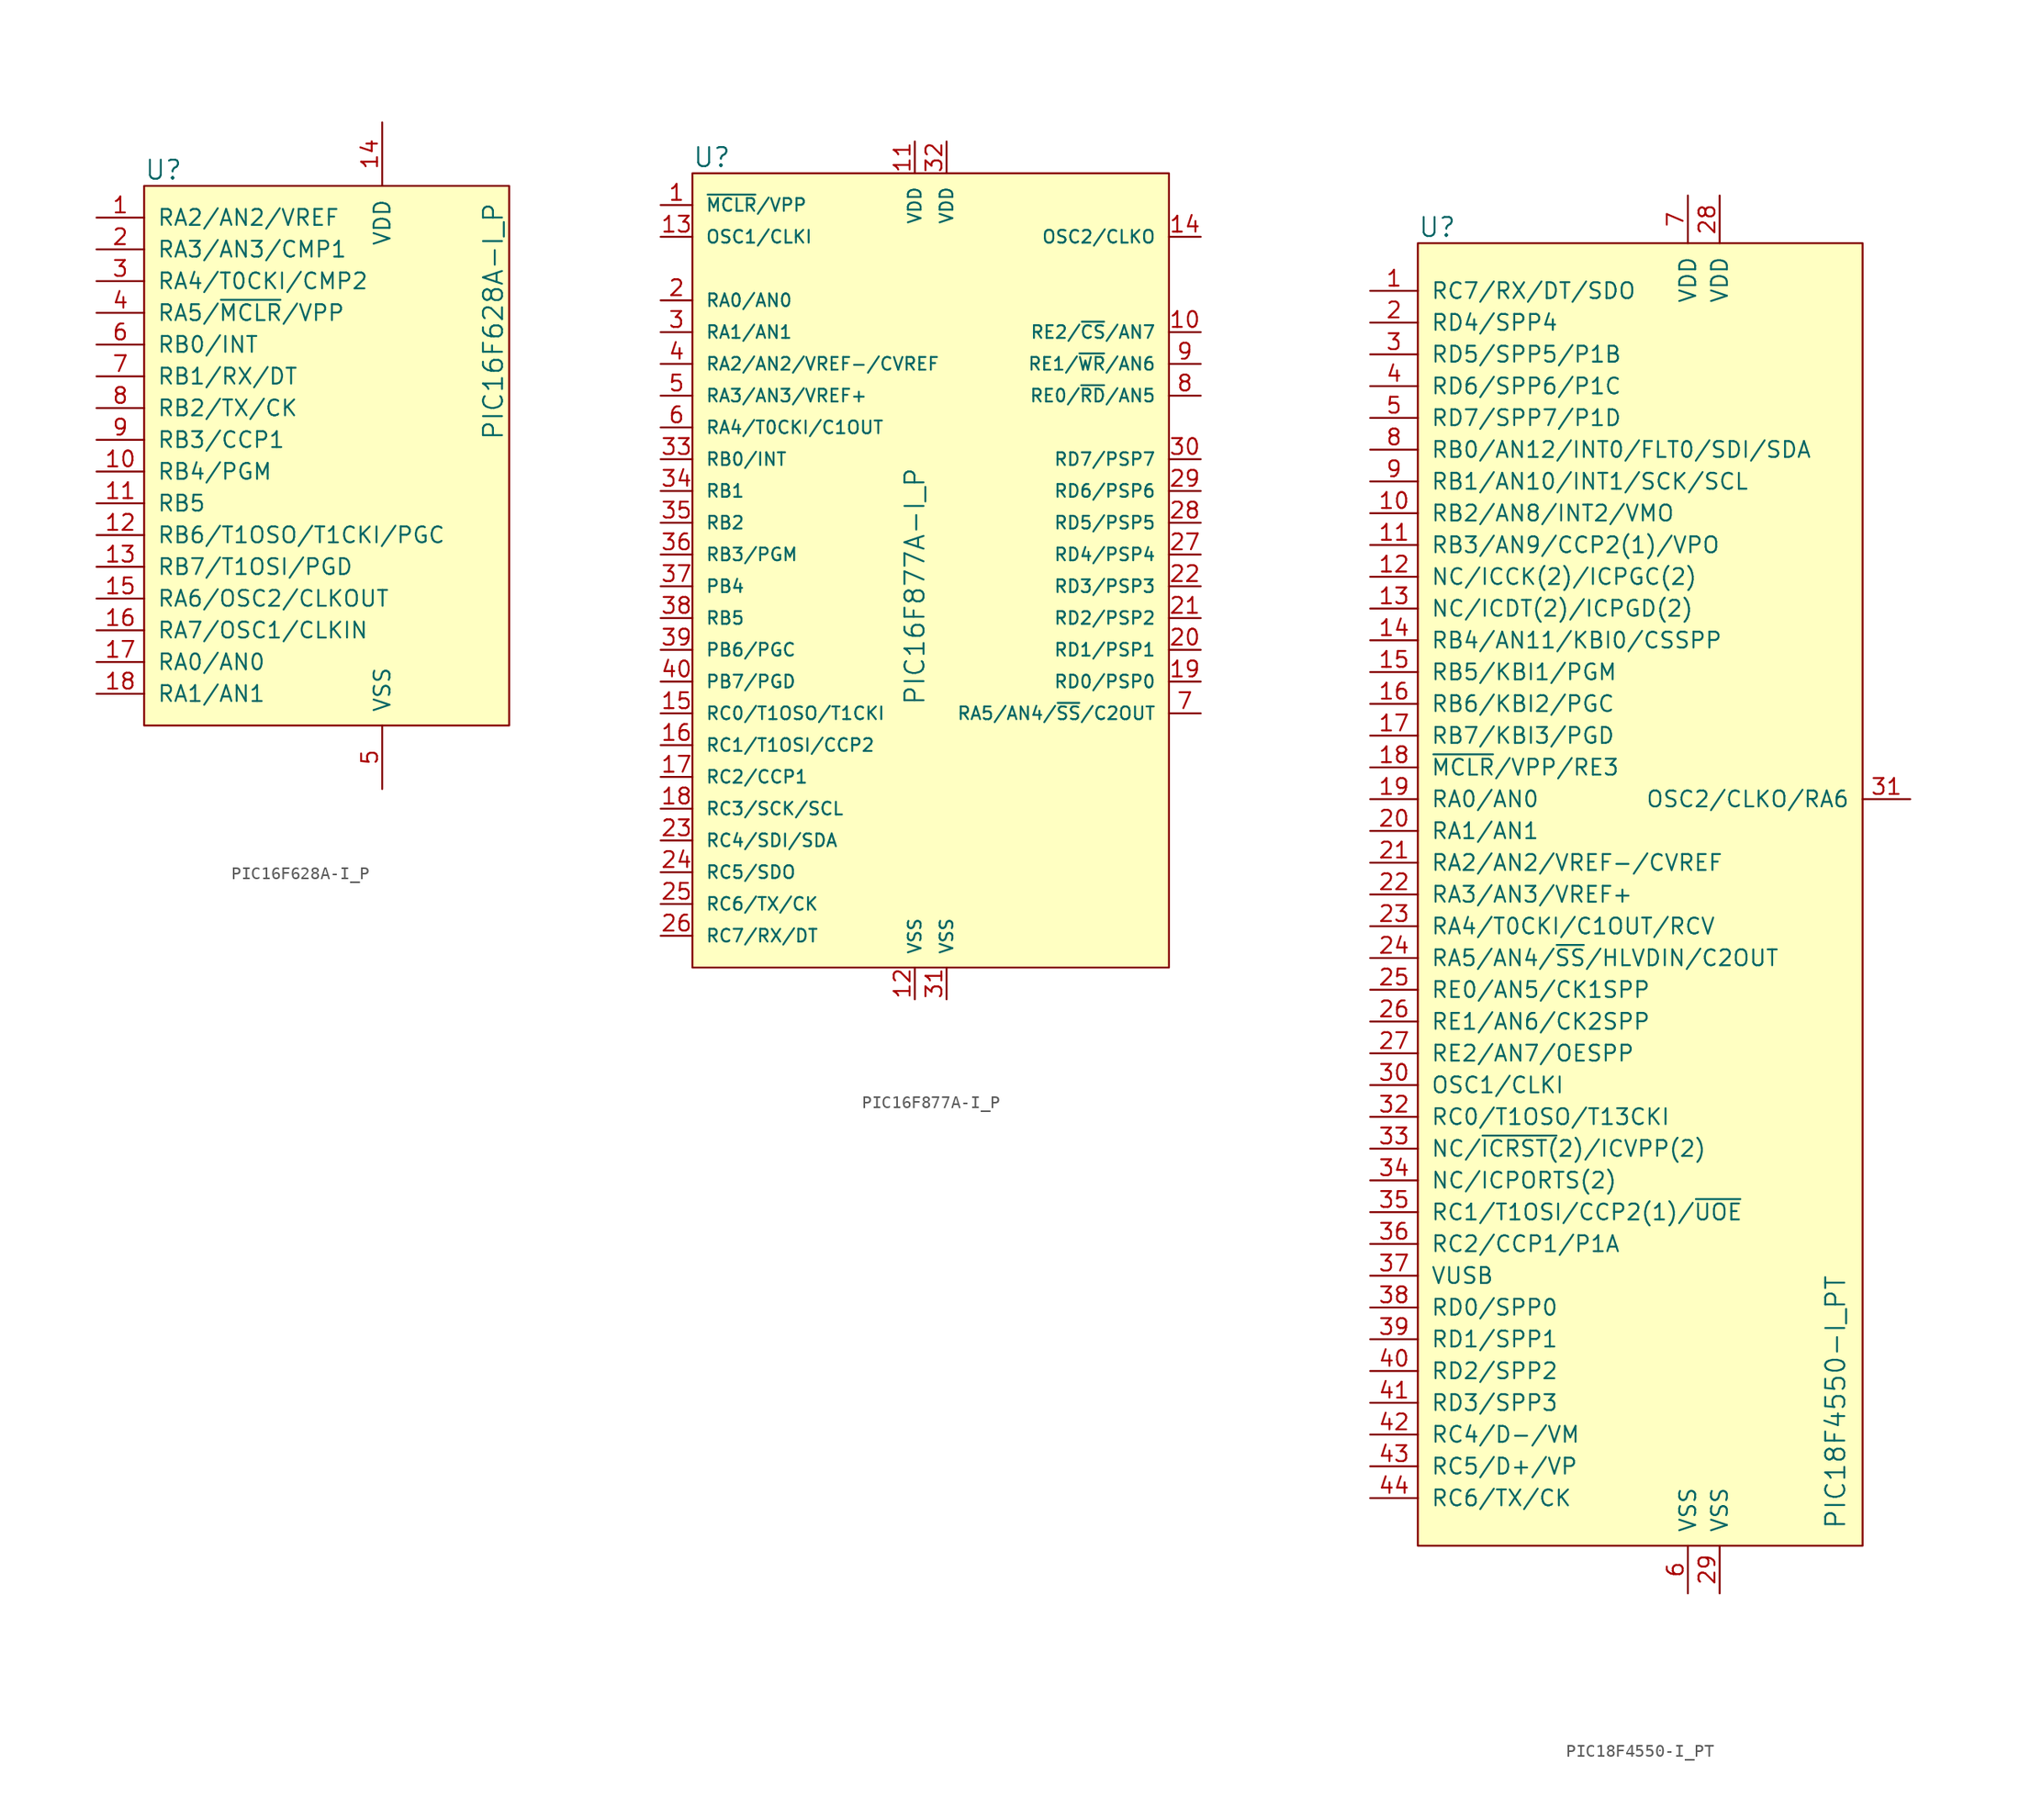
<source format=kicad_sym>
(kicad_symbol_lib
  (version 20201005)
  (generator kicad_symbol_editor)
  (symbol "PIC16F628A-I_P"
    (pin_names
      (offset 1.016))
    (property "Reference" "U"
      (at -13.97 21.59 0)
      (effects (font (size 1.524 1.524)) (justify left)))
    (property "Value" "PIC16F628A-I_P"
      (at 13.97 19.05 90)
      (effects (font (size 1.524 1.524)) (justify right)))
    (symbol "PIC16F628A-I_P_0_1"
      (rectangle (start -13.97 20.32) (end 15.24 -22.86) (stroke (width 0)) (fill (type background))))
    (symbol "PIC16F628A-I_P_1_1"
      (pin bidirectional line (at -17.78 17.78 0) (length 3.81) (name "RA2/AN2/VREF" (effects (font (size 1.27 1.27)))) (number "1" (effects (font (size 1.27 1.27)))))
      (pin bidirectional line (at -17.78 15.24 0) (length 3.81) (name "RA3/AN3/CMP1" (effects (font (size 1.27 1.27)))) (number "2" (effects (font (size 1.27 1.27)))))
      (pin bidirectional line (at -17.78 12.7 0) (length 3.81) (name "RA4/T0CKI/CMP2" (effects (font (size 1.27 1.27)))) (number "3" (effects (font (size 1.27 1.27)))))
      (pin bidirectional line (at -17.78 10.16 0) (length 3.81) (name "RA5/~MCLR~/VPP" (effects (font (size 1.27 1.27)))) (number "4" (effects (font (size 1.27 1.27)))))
      (pin power_in line (at 5.08 -27.94 90) (length 5.08) (name "VSS" (effects (font (size 1.27 1.27)))) (number "5" (effects (font (size 1.27 1.27)))))
      (pin bidirectional line (at -17.78 7.62 0) (length 3.81) (name "RB0/INT" (effects (font (size 1.27 1.27)))) (number "6" (effects (font (size 1.27 1.27)))))
      (pin bidirectional line (at -17.78 5.08 0) (length 3.81) (name "RB1/RX/DT" (effects (font (size 1.27 1.27)))) (number "7" (effects (font (size 1.27 1.27)))))
      (pin bidirectional line (at -17.78 2.54 0) (length 3.81) (name "RB2/TX/CK" (effects (font (size 1.27 1.27)))) (number "8" (effects (font (size 1.27 1.27)))))
      (pin bidirectional line (at -17.78 0 0) (length 3.81) (name "RB3/CCP1" (effects (font (size 1.27 1.27)))) (number "9" (effects (font (size 1.27 1.27)))))
      (pin bidirectional line (at -17.78 -2.54 0) (length 3.81) (name "RB4/PGM" (effects (font (size 1.27 1.27)))) (number "10" (effects (font (size 1.27 1.27)))))
      (pin bidirectional line (at -17.78 -5.08 0) (length 3.81) (name "RB5" (effects (font (size 1.27 1.27)))) (number "11" (effects (font (size 1.27 1.27)))))
      (pin bidirectional line (at -17.78 -7.62 0) (length 3.81) (name "RB6/T1OSO/T1CKI/PGC" (effects (font (size 1.27 1.27)))) (number "12" (effects (font (size 1.27 1.27)))))
      (pin bidirectional line (at -17.78 -10.16 0) (length 3.81) (name "RB7/T1OSI/PGD" (effects (font (size 1.27 1.27)))) (number "13" (effects (font (size 1.27 1.27)))))
      (pin power_in line (at 5.08 25.4 270) (length 5.08) (name "VDD" (effects (font (size 1.27 1.27)))) (number "14" (effects (font (size 1.27 1.27)))))
      (pin bidirectional line (at -17.78 -12.7 0) (length 3.81) (name "RA6/OSC2/CLKOUT" (effects (font (size 1.27 1.27)))) (number "15" (effects (font (size 1.27 1.27)))))
      (pin bidirectional line (at -17.78 -15.24 0) (length 3.81) (name "RA7/OSC1/CLKIN" (effects (font (size 1.27 1.27)))) (number "16" (effects (font (size 1.27 1.27)))))
      (pin bidirectional line (at -17.78 -17.78 0) (length 3.81) (name "RA0/AN0" (effects (font (size 1.27 1.27)))) (number "17" (effects (font (size 1.27 1.27)))))
      (pin bidirectional line (at -17.78 -20.32 0) (length 3.81) (name "RA1/AN1" (effects (font (size 1.27 1.27)))) (number "18" (effects (font (size 1.27 1.27)))))))
  (symbol "PIC16F877A-I_P"
    (pin_names
      (offset 1.016))
    (property "Reference" "U"
      (at -17.78 34.29 0)
      (effects (font (size 1.524 1.524)) (justify left)))
    (property "Value" "PIC16F877A-I_P"
      (at 0 0 90)
      (effects (font (size 1.524 1.524))))
    (symbol "PIC16F877A-I_P_0_1"
      (rectangle (start -17.78 33.02) (end 20.32 -30.48) (stroke (width 0)) (fill (type background))))
    (symbol "PIC16F877A-I_P_1_1"
      (pin input line (at -20.32 30.48 0) (length 2.54) (name "~MCLR~/VPP" (effects (font (size 1.016 1.016)))) (number "1" (effects (font (size 1.27 1.27)))))
      (pin bidirectional line (at -20.32 22.86 0) (length 2.54) (name "RA0/AN0" (effects (font (size 1.016 1.016)))) (number "2" (effects (font (size 1.27 1.27)))))
      (pin bidirectional line (at -20.32 20.32 0) (length 2.54) (name "RA1/AN1" (effects (font (size 1.016 1.016)))) (number "3" (effects (font (size 1.27 1.27)))))
      (pin bidirectional line (at -20.32 17.78 0) (length 2.54) (name "RA2/AN2/VREF-/CVREF" (effects (font (size 1.016 1.016)))) (number "4" (effects (font (size 1.27 1.27)))))
      (pin bidirectional line (at -20.32 15.24 0) (length 2.54) (name "RA3/AN3/VREF+" (effects (font (size 1.016 1.016)))) (number "5" (effects (font (size 1.27 1.27)))))
      (pin bidirectional line (at -20.32 12.7 0) (length 2.54) (name "RA4/T0CKI/C1OUT" (effects (font (size 1.016 1.016)))) (number "6" (effects (font (size 1.27 1.27)))))
      (pin bidirectional line (at 22.86 -10.16 180) (length 2.54) (name "RA5/AN4/~SS~/C2OUT" (effects (font (size 1.016 1.016)))) (number "7" (effects (font (size 1.27 1.27)))))
      (pin bidirectional line (at 22.86 15.24 180) (length 2.54) (name "RE0/~RD~/AN5" (effects (font (size 1.016 1.016)))) (number "8" (effects (font (size 1.27 1.27)))))
      (pin bidirectional line (at 22.86 17.78 180) (length 2.54) (name "RE1/~WR~/AN6" (effects (font (size 1.016 1.016)))) (number "9" (effects (font (size 1.27 1.27)))))
      (pin bidirectional line (at 22.86 20.32 180) (length 2.54) (name "RE2/~CS~/AN7" (effects (font (size 1.016 1.016)))) (number "10" (effects (font (size 1.27 1.27)))))
      (pin bidirectional line (at 22.86 -5.08 180) (length 2.54) (name "RD1/PSP1" (effects (font (size 1.016 1.016)))) (number "20" (effects (font (size 1.27 1.27)))))
      (pin bidirectional line (at 22.86 10.16 180) (length 2.54) (name "RD7/PSP7" (effects (font (size 1.016 1.016)))) (number "30" (effects (font (size 1.27 1.27)))))
      (pin bidirectional line (at -20.32 -7.62 0) (length 2.54) (name "PB7/PGD" (effects (font (size 1.016 1.016)))) (number "40" (effects (font (size 1.27 1.27)))))
      (pin power_in line (at 0 35.56 270) (length 2.54) (name "VDD" (effects (font (size 1.016 1.016)))) (number "11" (effects (font (size 1.27 1.27)))))
      (pin bidirectional line (at 22.86 -2.54 180) (length 2.54) (name "RD2/PSP2" (effects (font (size 1.016 1.016)))) (number "21" (effects (font (size 1.27 1.27)))))
      (pin power_in line (at 2.54 -33.02 90) (length 2.54) (name "VSS" (effects (font (size 1.016 1.016)))) (number "31" (effects (font (size 1.27 1.27)))))
      (pin power_in line (at 0 -33.02 90) (length 2.54) (name "VSS" (effects (font (size 1.016 1.016)))) (number "12" (effects (font (size 1.27 1.27)))))
      (pin bidirectional line (at 22.86 0 180) (length 2.54) (name "RD3/PSP3" (effects (font (size 1.016 1.016)))) (number "22" (effects (font (size 1.27 1.27)))))
      (pin power_in line (at 2.54 35.56 270) (length 2.54) (name "VDD" (effects (font (size 1.016 1.016)))) (number "32" (effects (font (size 1.27 1.27)))))
      (pin input line (at -20.32 27.94 0) (length 2.54) (name "OSC1/CLKI" (effects (font (size 1.016 1.016)))) (number "13" (effects (font (size 1.27 1.27)))))
      (pin bidirectional line (at -20.32 -20.32 0) (length 2.54) (name "RC4/SDI/SDA" (effects (font (size 1.016 1.016)))) (number "23" (effects (font (size 1.27 1.27)))))
      (pin bidirectional line (at -20.32 10.16 0) (length 2.54) (name "RB0/INT" (effects (font (size 1.016 1.016)))) (number "33" (effects (font (size 1.27 1.27)))))
      (pin output line (at 22.86 27.94 180) (length 2.54) (name "OSC2/CLKO" (effects (font (size 1.016 1.016)))) (number "14" (effects (font (size 1.27 1.27)))))
      (pin bidirectional line (at -20.32 -22.86 0) (length 2.54) (name "RC5/SDO" (effects (font (size 1.016 1.016)))) (number "24" (effects (font (size 1.27 1.27)))))
      (pin bidirectional line (at -20.32 7.62 0) (length 2.54) (name "RB1" (effects (font (size 1.016 1.016)))) (number "34" (effects (font (size 1.27 1.27)))))
      (pin bidirectional line (at -20.32 -10.16 0) (length 2.54) (name "RC0/T1OSO/T1CKI" (effects (font (size 1.016 1.016)))) (number "15" (effects (font (size 1.27 1.27)))))
      (pin bidirectional line (at -20.32 -25.4 0) (length 2.54) (name "RC6/TX/CK" (effects (font (size 1.016 1.016)))) (number "25" (effects (font (size 1.27 1.27)))))
      (pin bidirectional line (at -20.32 5.08 0) (length 2.54) (name "RB2" (effects (font (size 1.016 1.016)))) (number "35" (effects (font (size 1.27 1.27)))))
      (pin bidirectional line (at -20.32 -12.7 0) (length 2.54) (name "RC1/T1OSI/CCP2" (effects (font (size 1.016 1.016)))) (number "16" (effects (font (size 1.27 1.27)))))
      (pin bidirectional line (at -20.32 -27.94 0) (length 2.54) (name "RC7/RX/DT" (effects (font (size 1.016 1.016)))) (number "26" (effects (font (size 1.27 1.27)))))
      (pin bidirectional line (at -20.32 2.54 0) (length 2.54) (name "RB3/PGM" (effects (font (size 1.016 1.016)))) (number "36" (effects (font (size 1.27 1.27)))))
      (pin bidirectional line (at -20.32 -15.24 0) (length 2.54) (name "RC2/CCP1" (effects (font (size 1.016 1.016)))) (number "17" (effects (font (size 1.27 1.27)))))
      (pin bidirectional line (at 22.86 2.54 180) (length 2.54) (name "RD4/PSP4" (effects (font (size 1.016 1.016)))) (number "27" (effects (font (size 1.27 1.27)))))
      (pin bidirectional line (at -20.32 0 0) (length 2.54) (name "PB4" (effects (font (size 1.016 1.016)))) (number "37" (effects (font (size 1.27 1.27)))))
      (pin bidirectional line (at -20.32 -17.78 0) (length 2.54) (name "RC3/SCK/SCL" (effects (font (size 1.016 1.016)))) (number "18" (effects (font (size 1.27 1.27)))))
      (pin bidirectional line (at 22.86 5.08 180) (length 2.54) (name "RD5/PSP5" (effects (font (size 1.016 1.016)))) (number "28" (effects (font (size 1.27 1.27)))))
      (pin bidirectional line (at -20.32 -2.54 0) (length 2.54) (name "RB5" (effects (font (size 1.016 1.016)))) (number "38" (effects (font (size 1.27 1.27)))))
      (pin bidirectional line (at 22.86 -7.62 180) (length 2.54) (name "RD0/PSP0" (effects (font (size 1.016 1.016)))) (number "19" (effects (font (size 1.27 1.27)))))
      (pin bidirectional line (at 22.86 7.62 180) (length 2.54) (name "RD6/PSP6" (effects (font (size 1.016 1.016)))) (number "29" (effects (font (size 1.27 1.27)))))
      (pin bidirectional line (at -20.32 -5.08 0) (length 2.54) (name "PB6/PGC" (effects (font (size 1.016 1.016)))) (number "39" (effects (font (size 1.27 1.27)))))))
  (symbol "PIC18F4550-I_PT"
    (pin_names
      (offset 1.016))
    (property "Reference" "U"
      (at -21.59 35.56 0)
      (effects (font (size 1.524 1.524)) (justify left)))
    (property "Value" "PIC18F4550-I_PT"
      (at 12.7 -68.58 90)
      (effects (font (size 1.524 1.524)) (justify left bottom)))
    (symbol "PIC18F4550-I_PT_0_1"
      (rectangle (start -21.59 34.29) (end 13.97 -69.85) (stroke (width 0)) (fill (type background))))
    (symbol "PIC18F4550-I_PT_1_1"
      (pin bidirectional line (at -25.4 30.48 0) (length 3.81) (name "RC7/RX/DT/SDO" (effects (font (size 1.27 1.27)))) (number "1" (effects (font (size 1.27 1.27)))))
      (pin bidirectional line (at -25.4 27.94 0) (length 3.81) (name "RD4/SPP4" (effects (font (size 1.27 1.27)))) (number "2" (effects (font (size 1.27 1.27)))))
      (pin bidirectional line (at -25.4 25.4 0) (length 3.81) (name "RD5/SPP5/P1B" (effects (font (size 1.27 1.27)))) (number "3" (effects (font (size 1.27 1.27)))))
      (pin bidirectional line (at -25.4 22.86 0) (length 3.81) (name "RD6/SPP6/P1C" (effects (font (size 1.27 1.27)))) (number "4" (effects (font (size 1.27 1.27)))))
      (pin bidirectional line (at -25.4 20.32 0) (length 3.81) (name "RD7/SPP7/P1D" (effects (font (size 1.27 1.27)))) (number "5" (effects (font (size 1.27 1.27)))))
      (pin power_in line (at 0 -73.66 90) (length 3.81) (name "VSS" (effects (font (size 1.27 1.27)))) (number "6" (effects (font (size 1.27 1.27)))))
      (pin power_in line (at 0 38.1 270) (length 3.81) (name "VDD" (effects (font (size 1.27 1.27)))) (number "7" (effects (font (size 1.27 1.27)))))
      (pin bidirectional line (at -25.4 17.78 0) (length 3.81) (name "RB0/AN12/INT0/FLT0/SDI/SDA" (effects (font (size 1.27 1.27)))) (number "8" (effects (font (size 1.27 1.27)))))
      (pin bidirectional line (at -25.4 15.24 0) (length 3.81) (name "RB1/AN10/INT1/SCK/SCL" (effects (font (size 1.27 1.27)))) (number "9" (effects (font (size 1.27 1.27)))))
      (pin bidirectional line (at -25.4 12.7 0) (length 3.81) (name "RB2/AN8/INT2/VMO" (effects (font (size 1.27 1.27)))) (number "10" (effects (font (size 1.27 1.27)))))
      (pin bidirectional line (at -25.4 -12.7 0) (length 3.81) (name "RA1/AN1" (effects (font (size 1.27 1.27)))) (number "20" (effects (font (size 1.27 1.27)))))
      (pin input line (at -25.4 -33.02 0) (length 3.81) (name "OSC1/CLKI" (effects (font (size 1.27 1.27)))) (number "30" (effects (font (size 1.27 1.27)))))
      (pin bidirectional line (at -25.4 -55.88 0) (length 3.81) (name "RD2/SPP2" (effects (font (size 1.27 1.27)))) (number "40" (effects (font (size 1.27 1.27)))))
      (pin bidirectional line (at -25.4 10.16 0) (length 3.81) (name "RB3/AN9/CCP2(1)/VPO" (effects (font (size 1.27 1.27)))) (number "11" (effects (font (size 1.27 1.27)))))
      (pin bidirectional line (at -25.4 -15.24 0) (length 3.81) (name "RA2/AN2/VREF-/CVREF" (effects (font (size 1.27 1.27)))) (number "21" (effects (font (size 1.27 1.27)))))
      (pin output line (at 17.78 -10.16 180) (length 3.81) (name "OSC2/CLKO/RA6" (effects (font (size 1.27 1.27)))) (number "31" (effects (font (size 1.27 1.27)))))
      (pin bidirectional line (at -25.4 -58.42 0) (length 3.81) (name "RD3/SPP3" (effects (font (size 1.27 1.27)))) (number "41" (effects (font (size 1.27 1.27)))))
      (pin bidirectional line (at -25.4 7.62 0) (length 3.81) (name "NC/ICCK(2)/ICPGC(2)" (effects (font (size 1.27 1.27)))) (number "12" (effects (font (size 1.27 1.27)))))
      (pin bidirectional line (at -25.4 -17.78 0) (length 3.81) (name "RA3/AN3/VREF+" (effects (font (size 1.27 1.27)))) (number "22" (effects (font (size 1.27 1.27)))))
      (pin bidirectional line (at -25.4 -35.56 0) (length 3.81) (name "RC0/T1OSO/T13CKI" (effects (font (size 1.27 1.27)))) (number "32" (effects (font (size 1.27 1.27)))))
      (pin bidirectional line (at -25.4 -60.96 0) (length 3.81) (name "RC4/D-/VM" (effects (font (size 1.27 1.27)))) (number "42" (effects (font (size 1.27 1.27)))))
      (pin bidirectional line (at -25.4 5.08 0) (length 3.81) (name "NC/ICDT(2)/ICPGD(2)" (effects (font (size 1.27 1.27)))) (number "13" (effects (font (size 1.27 1.27)))))
      (pin bidirectional line (at -25.4 -20.32 0) (length 3.81) (name "RA4/T0CKI/C1OUT/RCV" (effects (font (size 1.27 1.27)))) (number "23" (effects (font (size 1.27 1.27)))))
      (pin input line (at -25.4 -38.1 0) (length 3.81) (name "NC/~ICRST(~2)/ICVPP(2)" (effects (font (size 1.27 1.27)))) (number "33" (effects (font (size 1.27 1.27)))))
      (pin bidirectional line (at -25.4 -63.5 0) (length 3.81) (name "RC5/D+/VP" (effects (font (size 1.27 1.27)))) (number "43" (effects (font (size 1.27 1.27)))))
      (pin bidirectional line (at -25.4 2.54 0) (length 3.81) (name "RB4/AN11/KBI0/CSSPP" (effects (font (size 1.27 1.27)))) (number "14" (effects (font (size 1.27 1.27)))))
      (pin bidirectional line (at -25.4 -22.86 0) (length 3.81) (name "RA5/AN4/~SS~/HLVDIN/C2OUT" (effects (font (size 1.27 1.27)))) (number "24" (effects (font (size 1.27 1.27)))))
      (pin input line (at -25.4 -40.64 0) (length 3.81) (name "NC/ICPORTS(2)" (effects (font (size 1.27 1.27)))) (number "34" (effects (font (size 1.27 1.27)))))
      (pin bidirectional line (at -25.4 -66.04 0) (length 3.81) (name "RC6/TX/CK" (effects (font (size 1.27 1.27)))) (number "44" (effects (font (size 1.27 1.27)))))
      (pin bidirectional line (at -25.4 0 0) (length 3.81) (name "RB5/KBI1/PGM" (effects (font (size 1.27 1.27)))) (number "15" (effects (font (size 1.27 1.27)))))
      (pin bidirectional line (at -25.4 -25.4 0) (length 3.81) (name "RE0/AN5/CK1SPP" (effects (font (size 1.27 1.27)))) (number "25" (effects (font (size 1.27 1.27)))))
      (pin bidirectional line (at -25.4 -43.18 0) (length 3.81) (name "RC1/T1OSI/CCP2(1)/~UOE" (effects (font (size 1.27 1.27)))) (number "35" (effects (font (size 1.27 1.27)))))
      (pin bidirectional line (at -25.4 -2.54 0) (length 3.81) (name "RB6/KBI2/PGC" (effects (font (size 1.27 1.27)))) (number "16" (effects (font (size 1.27 1.27)))))
      (pin bidirectional line (at -25.4 -27.94 0) (length 3.81) (name "RE1/AN6/CK2SPP" (effects (font (size 1.27 1.27)))) (number "26" (effects (font (size 1.27 1.27)))))
      (pin bidirectional line (at -25.4 -45.72 0) (length 3.81) (name "RC2/CCP1/P1A" (effects (font (size 1.27 1.27)))) (number "36" (effects (font (size 1.27 1.27)))))
      (pin bidirectional line (at -25.4 -5.08 0) (length 3.81) (name "RB7/KBI3/PGD" (effects (font (size 1.27 1.27)))) (number "17" (effects (font (size 1.27 1.27)))))
      (pin bidirectional line (at -25.4 -30.48 0) (length 3.81) (name "RE2/AN7/OESPP" (effects (font (size 1.27 1.27)))) (number "27" (effects (font (size 1.27 1.27)))))
      (pin bidirectional line (at -25.4 -48.26 0) (length 3.81) (name "VUSB" (effects (font (size 1.27 1.27)))) (number "37" (effects (font (size 1.27 1.27)))))
      (pin input line (at -25.4 -7.62 0) (length 3.81) (name "~MCLR~/VPP/RE3" (effects (font (size 1.27 1.27)))) (number "18" (effects (font (size 1.27 1.27)))))
      (pin power_in line (at 2.54 38.1 270) (length 3.81) (name "VDD" (effects (font (size 1.27 1.27)))) (number "28" (effects (font (size 1.27 1.27)))))
      (pin bidirectional line (at -25.4 -50.8 0) (length 3.81) (name "RD0/SPP0" (effects (font (size 1.27 1.27)))) (number "38" (effects (font (size 1.27 1.27)))))
      (pin bidirectional line (at -25.4 -10.16 0) (length 3.81) (name "RA0/AN0" (effects (font (size 1.27 1.27)))) (number "19" (effects (font (size 1.27 1.27)))))
      (pin power_in line (at 2.54 -73.66 90) (length 3.81) (name "VSS" (effects (font (size 1.27 1.27)))) (number "29" (effects (font (size 1.27 1.27)))))
      (pin bidirectional line (at -25.4 -53.34 0) (length 3.81) (name "RD1/SPP1" (effects (font (size 1.27 1.27)))) (number "39" (effects (font (size 1.27 1.27))))))))
</source>
